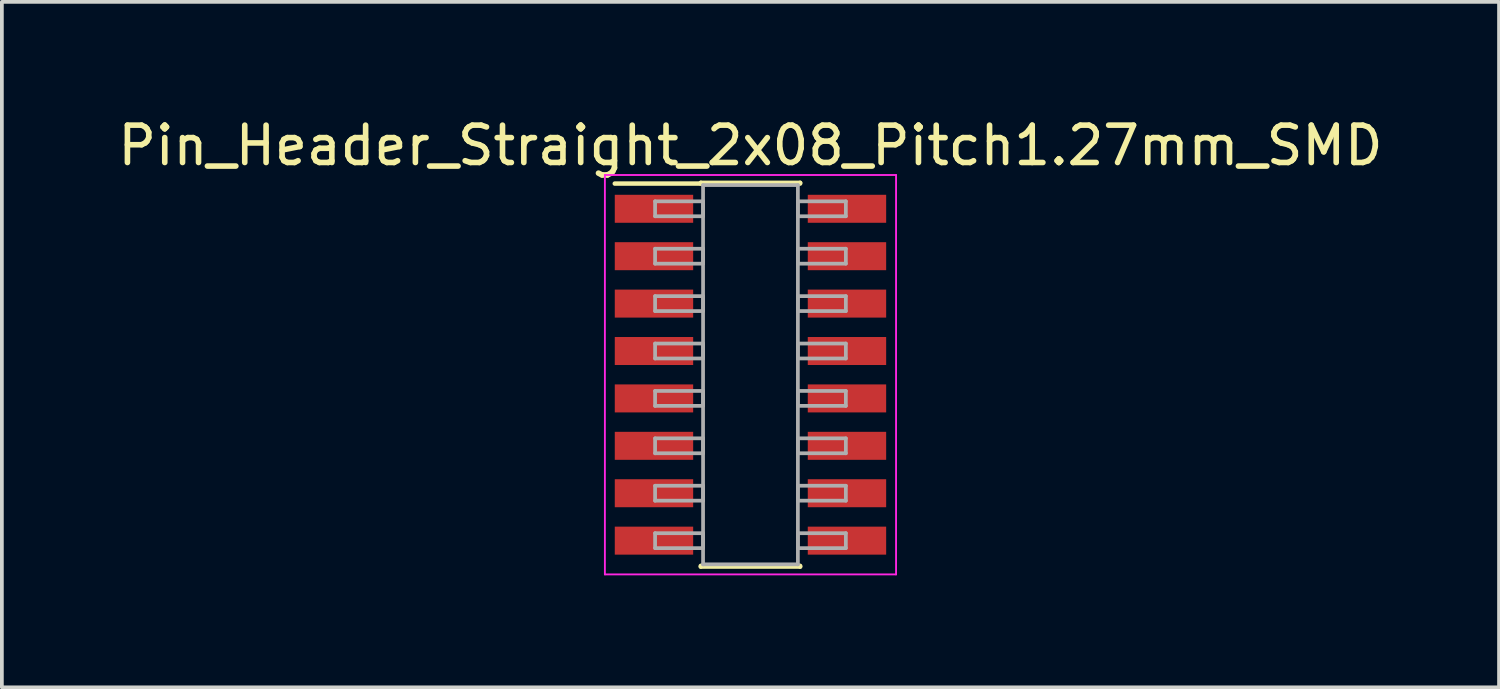
<source format=kicad_pcb>
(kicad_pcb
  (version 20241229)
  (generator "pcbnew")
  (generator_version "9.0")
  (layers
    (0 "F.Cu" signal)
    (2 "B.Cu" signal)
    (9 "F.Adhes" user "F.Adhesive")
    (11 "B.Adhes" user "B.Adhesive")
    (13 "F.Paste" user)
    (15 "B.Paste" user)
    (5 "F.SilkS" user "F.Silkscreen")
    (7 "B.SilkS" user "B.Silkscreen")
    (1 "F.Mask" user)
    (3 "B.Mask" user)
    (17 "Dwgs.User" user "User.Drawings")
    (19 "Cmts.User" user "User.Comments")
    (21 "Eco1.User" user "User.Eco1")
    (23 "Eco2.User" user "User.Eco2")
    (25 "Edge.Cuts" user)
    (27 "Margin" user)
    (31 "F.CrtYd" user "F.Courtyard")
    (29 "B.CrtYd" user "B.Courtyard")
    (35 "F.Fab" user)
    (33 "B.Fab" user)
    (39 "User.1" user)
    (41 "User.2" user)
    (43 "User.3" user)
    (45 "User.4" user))
  (footprint "Pin_Header_Straight_2x08_Pitch1.27mm_SMD"
    (layer "F.Cu")
    (at 17.054 6.988)
    (property "Reference" "Pin_Header_Straight_2x08_Pitch1.27mm_SMD" (at 0 -6.14 0) (layer "F.SilkS") (effects (font (size 1 1) (thickness 0.15))))
    (attr smd)
    (fp_line (start -3.635 -5.12) (end -1.33 -5.12) (stroke (width 0.12) (type solid)) (layer "F.SilkS"))
    (fp_line (start -1.33 -5.14) (end 1.33 -5.14) (stroke (width 0.12) (type solid)) (layer "F.SilkS"))
    (fp_line (start -1.33 -5.12) (end -1.33 -5.14) (stroke (width 0.12) (type solid)) (layer "F.SilkS"))
    (fp_line (start -1.33 5.12) (end -1.33 5.14) (stroke (width 0.12) (type solid)) (layer "F.SilkS"))
    (fp_line (start -1.33 5.14) (end 1.33 5.14) (stroke (width 0.12) (type solid)) (layer "F.SilkS"))
    (fp_line (start 1.33 -5.14) (end 1.33 -5.12) (stroke (width 0.12) (type solid)) (layer "F.SilkS"))
    (fp_line (start 1.33 5.14) (end 1.33 5.12) (stroke (width 0.12) (type solid)) (layer "F.SilkS"))
    (fp_line (start -3.9 -5.35) (end -3.9 5.35) (stroke (width 0.05) (type solid)) (layer "F.CrtYd"))
    (fp_line (start -3.9 5.35) (end 3.9 5.35) (stroke (width 0.05) (type solid)) (layer "F.CrtYd"))
    (fp_line (start 3.9 -5.35) (end -3.9 -5.35) (stroke (width 0.05) (type solid)) (layer "F.CrtYd"))
    (fp_line (start 3.9 5.35) (end 3.9 -5.35) (stroke (width 0.05) (type solid)) (layer "F.CrtYd"))
    (fp_line (start -2.555 -4.645) (end -1.27 -4.645) (stroke (width 0.1) (type solid)) (layer "F.Fab"))
    (fp_line (start -2.555 -4.245) (end -2.555 -4.645) (stroke (width 0.1) (type solid)) (layer "F.Fab"))
    (fp_line (start -2.555 -3.375) (end -1.27 -3.375) (stroke (width 0.1) (type solid)) (layer "F.Fab"))
    (fp_line (start -2.555 -2.975) (end -2.555 -3.375) (stroke (width 0.1) (type solid)) (layer "F.Fab"))
    (fp_line (start -2.555 -2.105) (end -1.27 -2.105) (stroke (width 0.1) (type solid)) (layer "F.Fab"))
    (fp_line (start -2.555 -1.705) (end -2.555 -2.105) (stroke (width 0.1) (type solid)) (layer "F.Fab"))
    (fp_line (start -2.555 -0.835) (end -1.27 -0.835) (stroke (width 0.1) (type solid)) (layer "F.Fab"))
    (fp_line (start -2.555 -0.435) (end -2.555 -0.835) (stroke (width 0.1) (type solid)) (layer "F.Fab"))
    (fp_line (start -2.555 0.435) (end -1.27 0.435) (stroke (width 0.1) (type solid)) (layer "F.Fab"))
    (fp_line (start -2.555 0.835) (end -2.555 0.435) (stroke (width 0.1) (type solid)) (layer "F.Fab"))
    (fp_line (start -2.555 1.705) (end -1.27 1.705) (stroke (width 0.1) (type solid)) (layer "F.Fab"))
    (fp_line (start -2.555 2.105) (end -2.555 1.705) (stroke (width 0.1) (type solid)) (layer "F.Fab"))
    (fp_line (start -2.555 2.975) (end -1.27 2.975) (stroke (width 0.1) (type solid)) (layer "F.Fab"))
    (fp_line (start -2.555 3.375) (end -2.555 2.975) (stroke (width 0.1) (type solid)) (layer "F.Fab"))
    (fp_line (start -2.555 4.245) (end -1.27 4.245) (stroke (width 0.1) (type solid)) (layer "F.Fab"))
    (fp_line (start -2.555 4.645) (end -2.555 4.245) (stroke (width 0.1) (type solid)) (layer "F.Fab"))
    (fp_line (start -1.27 -5.08) (end -1.27 5.08) (stroke (width 0.1) (type solid)) (layer "F.Fab"))
    (fp_line (start -1.27 -4.645) (end -1.27 -4.245) (stroke (width 0.1) (type solid)) (layer "F.Fab"))
    (fp_line (start -1.27 -4.245) (end -2.555 -4.245) (stroke (width 0.1) (type solid)) (layer "F.Fab"))
    (fp_line (start -1.27 -3.375) (end -1.27 -2.975) (stroke (width 0.1) (type solid)) (layer "F.Fab"))
    (fp_line (start -1.27 -2.975) (end -2.555 -2.975) (stroke (width 0.1) (type solid)) (layer "F.Fab"))
    (fp_line (start -1.27 -2.105) (end -1.27 -1.705) (stroke (width 0.1) (type solid)) (layer "F.Fab"))
    (fp_line (start -1.27 -1.705) (end -2.555 -1.705) (stroke (width 0.1) (type solid)) (layer "F.Fab"))
    (fp_line (start -1.27 -0.835) (end -1.27 -0.435) (stroke (width 0.1) (type solid)) (layer "F.Fab"))
    (fp_line (start -1.27 -0.435) (end -2.555 -0.435) (stroke (width 0.1) (type solid)) (layer "F.Fab"))
    (fp_line (start -1.27 0.435) (end -1.27 0.835) (stroke (width 0.1) (type solid)) (layer "F.Fab"))
    (fp_line (start -1.27 0.835) (end -2.555 0.835) (stroke (width 0.1) (type solid)) (layer "F.Fab"))
    (fp_line (start -1.27 1.705) (end -1.27 2.105) (stroke (width 0.1) (type solid)) (layer "F.Fab"))
    (fp_line (start -1.27 2.105) (end -2.555 2.105) (stroke (width 0.1) (type solid)) (layer "F.Fab"))
    (fp_line (start -1.27 2.975) (end -1.27 3.375) (stroke (width 0.1) (type solid)) (layer "F.Fab"))
    (fp_line (start -1.27 3.375) (end -2.555 3.375) (stroke (width 0.1) (type solid)) (layer "F.Fab"))
    (fp_line (start -1.27 4.245) (end -1.27 4.645) (stroke (width 0.1) (type solid)) (layer "F.Fab"))
    (fp_line (start -1.27 4.645) (end -2.555 4.645) (stroke (width 0.1) (type solid)) (layer "F.Fab"))
    (fp_line (start -1.27 5.08) (end 1.27 5.08) (stroke (width 0.1) (type solid)) (layer "F.Fab"))
    (fp_line (start 1.27 -5.08) (end -1.27 -5.08) (stroke (width 0.1) (type solid)) (layer "F.Fab"))
    (fp_line (start 1.27 -4.645) (end 1.27 -4.245) (stroke (width 0.1) (type solid)) (layer "F.Fab"))
    (fp_line (start 1.27 -4.245) (end 2.555 -4.245) (stroke (width 0.1) (type solid)) (layer "F.Fab"))
    (fp_line (start 1.27 -3.375) (end 1.27 -2.975) (stroke (width 0.1) (type solid)) (layer "F.Fab"))
    (fp_line (start 1.27 -2.975) (end 2.555 -2.975) (stroke (width 0.1) (type solid)) (layer "F.Fab"))
    (fp_line (start 1.27 -2.105) (end 1.27 -1.705) (stroke (width 0.1) (type solid)) (layer "F.Fab"))
    (fp_line (start 1.27 -1.705) (end 2.555 -1.705) (stroke (width 0.1) (type solid)) (layer "F.Fab"))
    (fp_line (start 1.27 -0.835) (end 1.27 -0.435) (stroke (width 0.1) (type solid)) (layer "F.Fab"))
    (fp_line (start 1.27 -0.435) (end 2.555 -0.435) (stroke (width 0.1) (type solid)) (layer "F.Fab"))
    (fp_line (start 1.27 0.435) (end 1.27 0.835) (stroke (width 0.1) (type solid)) (layer "F.Fab"))
    (fp_line (start 1.27 0.835) (end 2.555 0.835) (stroke (width 0.1) (type solid)) (layer "F.Fab"))
    (fp_line (start 1.27 1.705) (end 1.27 2.105) (stroke (width 0.1) (type solid)) (layer "F.Fab"))
    (fp_line (start 1.27 2.105) (end 2.555 2.105) (stroke (width 0.1) (type solid)) (layer "F.Fab"))
    (fp_line (start 1.27 2.975) (end 1.27 3.375) (stroke (width 0.1) (type solid)) (layer "F.Fab"))
    (fp_line (start 1.27 3.375) (end 2.555 3.375) (stroke (width 0.1) (type solid)) (layer "F.Fab"))
    (fp_line (start 1.27 4.245) (end 1.27 4.645) (stroke (width 0.1) (type solid)) (layer "F.Fab"))
    (fp_line (start 1.27 4.645) (end 2.555 4.645) (stroke (width 0.1) (type solid)) (layer "F.Fab"))
    (fp_line (start 1.27 5.08) (end 1.27 -5.08) (stroke (width 0.1) (type solid)) (layer "F.Fab"))
    (fp_line (start 2.555 -4.645) (end 1.27 -4.645) (stroke (width 0.1) (type solid)) (layer "F.Fab"))
    (fp_line (start 2.555 -4.245) (end 2.555 -4.645) (stroke (width 0.1) (type solid)) (layer "F.Fab"))
    (fp_line (start 2.555 -3.375) (end 1.27 -3.375) (stroke (width 0.1) (type solid)) (layer "F.Fab"))
    (fp_line (start 2.555 -2.975) (end 2.555 -3.375) (stroke (width 0.1) (type solid)) (layer "F.Fab"))
    (fp_line (start 2.555 -2.105) (end 1.27 -2.105) (stroke (width 0.1) (type solid)) (layer "F.Fab"))
    (fp_line (start 2.555 -1.705) (end 2.555 -2.105) (stroke (width 0.1) (type solid)) (layer "F.Fab"))
    (fp_line (start 2.555 -0.835) (end 1.27 -0.835) (stroke (width 0.1) (type solid)) (layer "F.Fab"))
    (fp_line (start 2.555 -0.435) (end 2.555 -0.835) (stroke (width 0.1) (type solid)) (layer "F.Fab"))
    (fp_line (start 2.555 0.435) (end 1.27 0.435) (stroke (width 0.1) (type solid)) (layer "F.Fab"))
    (fp_line (start 2.555 0.835) (end 2.555 0.435) (stroke (width 0.1) (type solid)) (layer "F.Fab"))
    (fp_line (start 2.555 1.705) (end 1.27 1.705) (stroke (width 0.1) (type solid)) (layer "F.Fab"))
    (fp_line (start 2.555 2.105) (end 2.555 1.705) (stroke (width 0.1) (type solid)) (layer "F.Fab"))
    (fp_line (start 2.555 2.975) (end 1.27 2.975) (stroke (width 0.1) (type solid)) (layer "F.Fab"))
    (fp_line (start 2.555 3.375) (end 2.555 2.975) (stroke (width 0.1) (type solid)) (layer "F.Fab"))
    (fp_line (start 2.555 4.245) (end 1.27 4.245) (stroke (width 0.1) (type solid)) (layer "F.Fab"))
    (fp_line (start 2.555 4.645) (end 2.555 4.245) (stroke (width 0.1) (type solid)) (layer "F.Fab"))
    (pad "1" smd rect (at -2.585 -4.445) (size 2.1 0.75) (layers "F.Cu" "F.Mask"))
    (pad "2" smd rect (at 2.585 -4.445) (size 2.1 0.75) (layers "F.Cu" "F.Mask"))
    (pad "3" smd rect (at -2.585 -3.175) (size 2.1 0.75) (layers "F.Cu" "F.Mask"))
    (pad "4" smd rect (at 2.585 -3.175) (size 2.1 0.75) (layers "F.Cu" "F.Mask"))
    (pad "5" smd rect (at -2.585 -1.905) (size 2.1 0.75) (layers "F.Cu" "F.Mask"))
    (pad "6" smd rect (at 2.585 -1.905) (size 2.1 0.75) (layers "F.Cu" "F.Mask"))
    (pad "7" smd rect (at -2.585 -0.635) (size 2.1 0.75) (layers "F.Cu" "F.Mask"))
    (pad "8" smd rect (at 2.585 -0.635) (size 2.1 0.75) (layers "F.Cu" "F.Mask"))
    (pad "9" smd rect (at -2.585 0.635) (size 2.1 0.75) (layers "F.Cu" "F.Mask"))
    (pad "10" smd rect (at 2.585 0.635) (size 2.1 0.75) (layers "F.Cu" "F.Mask"))
    (pad "11" smd rect (at -2.585 1.905) (size 2.1 0.75) (layers "F.Cu" "F.Mask"))
    (pad "12" smd rect (at 2.585 1.905) (size 2.1 0.75) (layers "F.Cu" "F.Mask"))
    (pad "13" smd rect (at -2.585 3.175) (size 2.1 0.75) (layers "F.Cu" "F.Mask"))
    (pad "14" smd rect (at 2.585 3.175) (size 2.1 0.75) (layers "F.Cu" "F.Mask"))
    (pad "15" smd rect (at -2.585 4.445) (size 2.1 0.75) (layers "F.Cu" "F.Mask"))
    (pad "16" smd rect (at 2.585 4.445) (size 2.1 0.75) (layers "F.Cu" "F.Mask")))
  (gr_rect
    (start -3 -3)
    (end 37.107 15.363)
    (stroke (width 0.1) (type default))
    (fill no)
    (layer "Edge.Cuts")))
</source>
